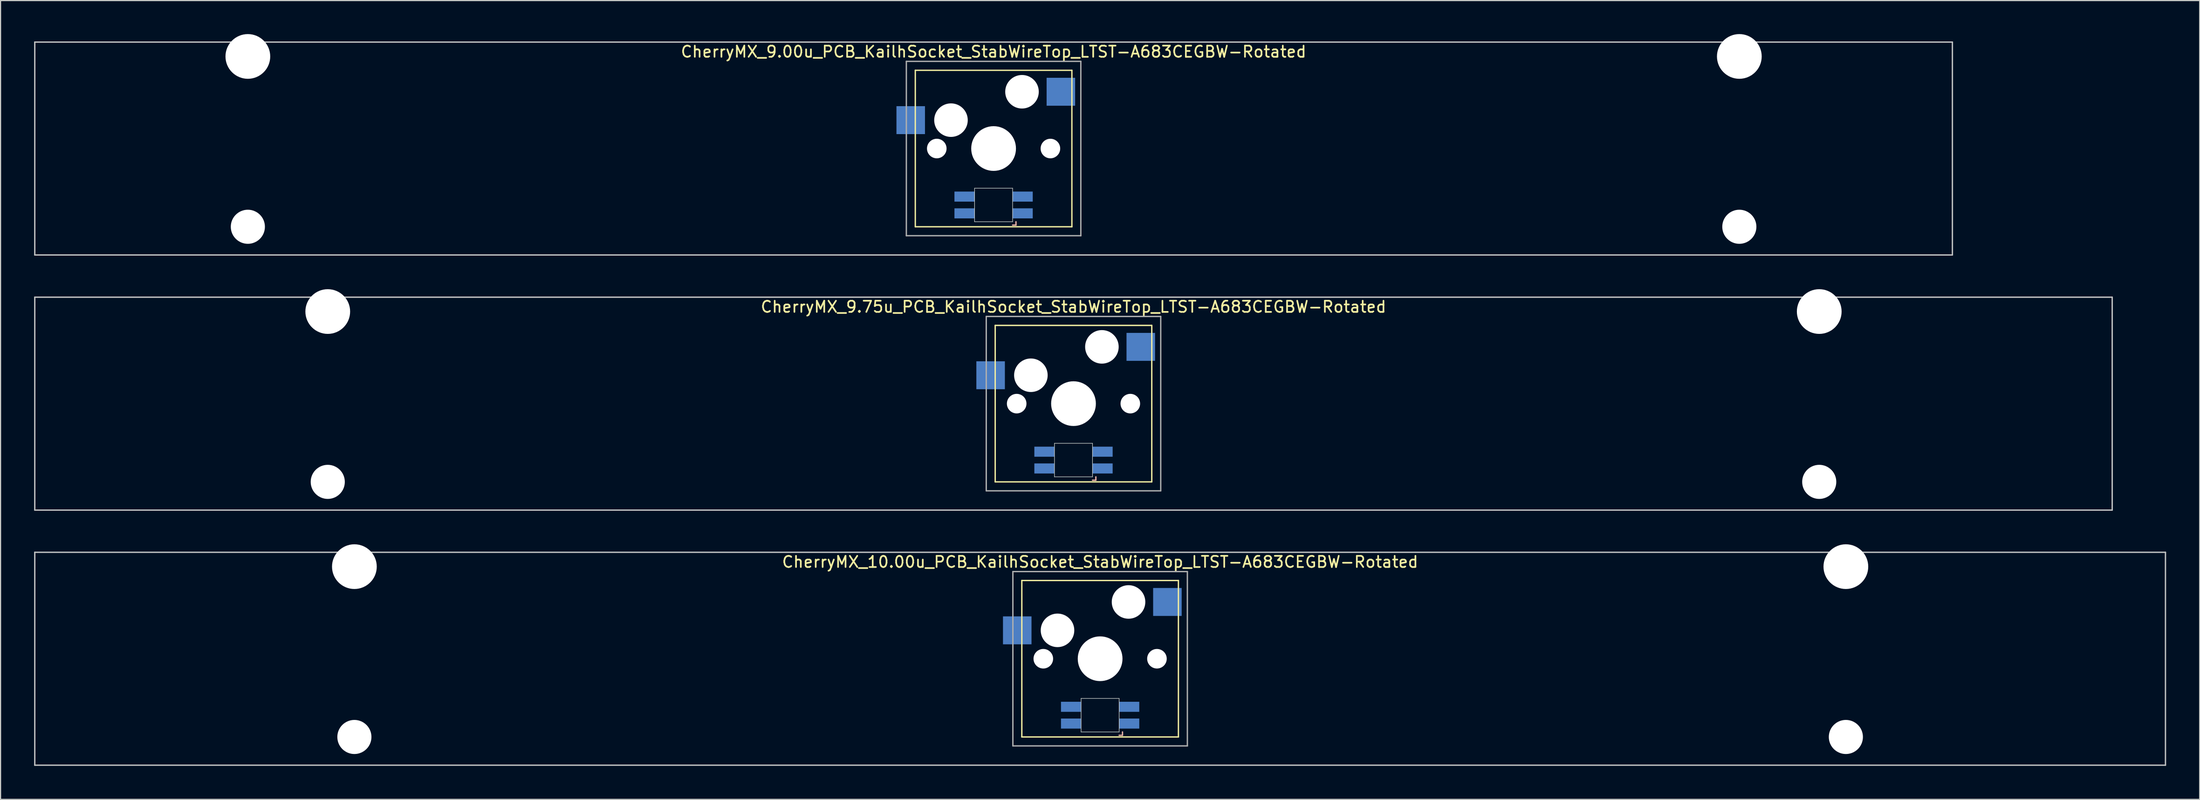
<source format=kicad_pcb>
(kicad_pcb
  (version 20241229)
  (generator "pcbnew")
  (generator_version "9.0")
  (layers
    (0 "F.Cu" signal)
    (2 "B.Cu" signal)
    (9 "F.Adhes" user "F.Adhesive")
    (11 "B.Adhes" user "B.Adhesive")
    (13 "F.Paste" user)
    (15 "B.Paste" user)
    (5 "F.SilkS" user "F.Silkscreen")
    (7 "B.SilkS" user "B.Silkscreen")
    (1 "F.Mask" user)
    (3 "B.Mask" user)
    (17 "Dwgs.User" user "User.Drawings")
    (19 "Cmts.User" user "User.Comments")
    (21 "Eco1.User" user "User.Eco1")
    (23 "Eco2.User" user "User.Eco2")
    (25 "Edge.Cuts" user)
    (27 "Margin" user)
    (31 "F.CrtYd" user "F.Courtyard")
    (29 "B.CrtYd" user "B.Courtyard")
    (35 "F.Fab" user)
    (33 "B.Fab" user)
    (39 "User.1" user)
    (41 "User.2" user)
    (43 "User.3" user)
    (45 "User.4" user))
  (footprint "CherryMX_10.00u_PCB_KailhSocket_StabWireTop_LTST-A683CEGBW-Rotated"
    (layer "F.Cu")
    (at 95.31 55.89)
    (property "Reference" "CherryMX_10.00u_PCB_KailhSocket_StabWireTop_LTST-A683CEGBW-Rotated" (at 0 -8.662 0) (layer "F.SilkS") (effects (font (size 1 1) (thickness 0.15))))
    (attr through_hole)
    (fp_line (start -7 -7) (end -7 7) (stroke (width 0.12) (type solid)) (layer "F.SilkS"))
    (fp_line (start -7 -7) (end 7 -7) (stroke (width 0.12) (type solid)) (layer "F.SilkS"))
    (fp_line (start 7 -7) (end 7 7) (stroke (width 0.12) (type solid)) (layer "F.SilkS"))
    (fp_line (start 7 7) (end -7 7) (stroke (width 0.12) (type solid)) (layer "F.SilkS"))
    (fp_line (start 1.7 6.85) (end 2 6.85) (stroke (width 0.12) (type solid)) (layer "B.SilkS"))
    (fp_line (start 2 6.85) (end 2 6.55) (stroke (width 0.12) (type solid)) (layer "B.SilkS"))
    (fp_line (start -95.25 -9.525) (end 95.25 -9.525) (stroke (width 0.12) (type solid)) (layer "Dwgs.User"))
    (fp_line (start -95.25 9.525) (end -95.25 -9.525) (stroke (width 0.12) (type solid)) (layer "Dwgs.User"))
    (fp_line (start 95.25 -9.525) (end 95.25 9.525) (stroke (width 0.12) (type solid)) (layer "Dwgs.User"))
    (fp_line (start 95.25 9.525) (end -95.25 9.525) (stroke (width 0.12) (type solid)) (layer "Dwgs.User"))
    (fp_line (start -1.7 3.55) (end 1.7 3.55) (stroke (width 0.05) (type solid)) (layer "Edge.Cuts"))
    (fp_line (start -1.7 6.55) (end -1.7 3.55) (stroke (width 0.05) (type solid)) (layer "Edge.Cuts"))
    (fp_line (start 1.7 3.55) (end 1.7 6.55) (stroke (width 0.05) (type solid)) (layer "Edge.Cuts"))
    (fp_line (start 1.7 6.55) (end -1.7 6.55) (stroke (width 0.05) (type solid)) (layer "Edge.Cuts"))
    (fp_line (start -7.8 -7.8) (end -7.8 7.8) (stroke (width 0.12) (type solid)) (layer "F.Fab"))
    (fp_line (start -7.8 -7.8) (end 7.8 -7.8) (stroke (width 0.12) (type solid)) (layer "F.Fab"))
    (fp_line (start -7.8 7.8) (end 7.8 7.8) (stroke (width 0.12) (type solid)) (layer "F.Fab"))
    (fp_line (start 7.8 -7.8) (end 7.8 7.8) (stroke (width 0.12) (type solid)) (layer "F.Fab"))
    (pad "" np_thru_hole circle (at -66.675 -8.24) (size 4 4) (drill 4) (layers "*.Cu" "*.Mask"))
    (pad "" np_thru_hole circle (at -66.675 7) (size 3.05 3.05) (drill 3.05) (layers "*.Cu" "*.Mask"))
    (pad "" np_thru_hole circle (at -5.08 0) (size 1.75 1.75) (drill 1.75) (layers "*.Cu" "*.Mask"))
    (pad "" np_thru_hole circle (at -3.81 -2.54) (size 3 3) (drill 3) (layers "*.Cu" "*.Mask"))
    (pad "" np_thru_hole circle (at 0 0) (size 4 4) (drill 4) (layers "*.Cu" "*.Mask"))
    (pad "" np_thru_hole circle (at 2.54 -5.08) (size 3 3) (drill 3) (layers "*.Cu" "*.Mask"))
    (pad "" np_thru_hole circle (at 5.08 0) (size 1.75 1.75) (drill 1.75) (layers "*.Cu" "*.Mask"))
    (pad "" np_thru_hole circle (at 66.675 -8.24) (size 4 4) (drill 4) (layers "*.Cu" "*.Mask"))
    (pad "" np_thru_hole circle (at 66.675 7) (size 3.05 3.05) (drill 3.05) (layers "*.Cu" "*.Mask"))
    (pad "1" smd rect (at -7.41 -2.54) (size 2.55 2.5) (layers "B.Cu" "B.Mask" "B.Paste"))
    (pad "2" smd rect (at 6.015 -5.08) (size 2.55 2.5) (layers "B.Cu" "B.Mask" "B.Paste"))
    (pad "3" smd rect (at 2.6 5.8) (size 1.8 0.9) (layers "B.Cu" "B.Mask" "B.Paste"))
    (pad "4" smd rect (at 2.6 4.3) (size 1.8 0.9) (layers "B.Cu" "B.Mask" "B.Paste"))
    (pad "5" smd rect (at -2.6 5.8) (size 1.8 0.9) (layers "B.Cu" "B.Mask" "B.Paste"))
    (pad "6" smd rect (at -2.6 4.3) (size 1.8 0.9) (layers "B.Cu" "B.Mask" "B.Paste")))
  (footprint "CherryMX_9.00u_PCB_KailhSocket_StabWireTop_LTST-A683CEGBW-Rotated"
    (layer "F.Cu")
    (at 85.785 10.24)
    (property "Reference" "CherryMX_9.00u_PCB_KailhSocket_StabWireTop_LTST-A683CEGBW-Rotated" (at 0 -8.662 0) (layer "F.SilkS") (effects (font (size 1 1) (thickness 0.15))))
    (attr through_hole)
    (fp_line (start -7 -7) (end -7 7) (stroke (width 0.12) (type solid)) (layer "F.SilkS"))
    (fp_line (start -7 -7) (end 7 -7) (stroke (width 0.12) (type solid)) (layer "F.SilkS"))
    (fp_line (start 7 -7) (end 7 7) (stroke (width 0.12) (type solid)) (layer "F.SilkS"))
    (fp_line (start 7 7) (end -7 7) (stroke (width 0.12) (type solid)) (layer "F.SilkS"))
    (fp_line (start 1.7 6.85) (end 2 6.85) (stroke (width 0.12) (type solid)) (layer "B.SilkS"))
    (fp_line (start 2 6.85) (end 2 6.55) (stroke (width 0.12) (type solid)) (layer "B.SilkS"))
    (fp_line (start -85.725 -9.525) (end 85.725 -9.525) (stroke (width 0.12) (type solid)) (layer "Dwgs.User"))
    (fp_line (start -85.725 9.525) (end -85.725 -9.525) (stroke (width 0.12) (type solid)) (layer "Dwgs.User"))
    (fp_line (start 85.725 -9.525) (end 85.725 9.525) (stroke (width 0.12) (type solid)) (layer "Dwgs.User"))
    (fp_line (start 85.725 9.525) (end -85.725 9.525) (stroke (width 0.12) (type solid)) (layer "Dwgs.User"))
    (fp_line (start -1.7 3.55) (end 1.7 3.55) (stroke (width 0.05) (type solid)) (layer "Edge.Cuts"))
    (fp_line (start -1.7 6.55) (end -1.7 3.55) (stroke (width 0.05) (type solid)) (layer "Edge.Cuts"))
    (fp_line (start 1.7 3.55) (end 1.7 6.55) (stroke (width 0.05) (type solid)) (layer "Edge.Cuts"))
    (fp_line (start 1.7 6.55) (end -1.7 6.55) (stroke (width 0.05) (type solid)) (layer "Edge.Cuts"))
    (fp_line (start -7.8 -7.8) (end -7.8 7.8) (stroke (width 0.12) (type solid)) (layer "F.Fab"))
    (fp_line (start -7.8 -7.8) (end 7.8 -7.8) (stroke (width 0.12) (type solid)) (layer "F.Fab"))
    (fp_line (start -7.8 7.8) (end 7.8 7.8) (stroke (width 0.12) (type solid)) (layer "F.Fab"))
    (fp_line (start 7.8 -7.8) (end 7.8 7.8) (stroke (width 0.12) (type solid)) (layer "F.Fab"))
    (pad "" np_thru_hole circle (at -66.675 -8.24) (size 4 4) (drill 4) (layers "*.Cu" "*.Mask"))
    (pad "" np_thru_hole circle (at -66.675 7) (size 3.05 3.05) (drill 3.05) (layers "*.Cu" "*.Mask"))
    (pad "" np_thru_hole circle (at -5.08 0) (size 1.75 1.75) (drill 1.75) (layers "*.Cu" "*.Mask"))
    (pad "" np_thru_hole circle (at -3.81 -2.54) (size 3 3) (drill 3) (layers "*.Cu" "*.Mask"))
    (pad "" np_thru_hole circle (at 0 0) (size 4 4) (drill 4) (layers "*.Cu" "*.Mask"))
    (pad "" np_thru_hole circle (at 2.54 -5.08) (size 3 3) (drill 3) (layers "*.Cu" "*.Mask"))
    (pad "" np_thru_hole circle (at 5.08 0) (size 1.75 1.75) (drill 1.75) (layers "*.Cu" "*.Mask"))
    (pad "" np_thru_hole circle (at 66.675 -8.24) (size 4 4) (drill 4) (layers "*.Cu" "*.Mask"))
    (pad "" np_thru_hole circle (at 66.675 7) (size 3.05 3.05) (drill 3.05) (layers "*.Cu" "*.Mask"))
    (pad "1" smd rect (at -7.41 -2.54) (size 2.55 2.5) (layers "B.Cu" "B.Mask" "B.Paste"))
    (pad "2" smd rect (at 6.015 -5.08) (size 2.55 2.5) (layers "B.Cu" "B.Mask" "B.Paste"))
    (pad "3" smd rect (at 2.6 5.8) (size 1.8 0.9) (layers "B.Cu" "B.Mask" "B.Paste"))
    (pad "4" smd rect (at 2.6 4.3) (size 1.8 0.9) (layers "B.Cu" "B.Mask" "B.Paste"))
    (pad "5" smd rect (at -2.6 5.8) (size 1.8 0.9) (layers "B.Cu" "B.Mask" "B.Paste"))
    (pad "6" smd rect (at -2.6 4.3) (size 1.8 0.9) (layers "B.Cu" "B.Mask" "B.Paste")))
  (footprint "CherryMX_9.75u_PCB_KailhSocket_StabWireTop_LTST-A683CEGBW-Rotated"
    (layer "F.Cu")
    (at 92.929 33.065)
    (property "Reference" "CherryMX_9.75u_PCB_KailhSocket_StabWireTop_LTST-A683CEGBW-Rotated" (at 0 -8.662 0) (layer "F.SilkS") (effects (font (size 1 1) (thickness 0.15))))
    (attr through_hole)
    (fp_line (start -7 -7) (end -7 7) (stroke (width 0.12) (type solid)) (layer "F.SilkS"))
    (fp_line (start -7 -7) (end 7 -7) (stroke (width 0.12) (type solid)) (layer "F.SilkS"))
    (fp_line (start 7 -7) (end 7 7) (stroke (width 0.12) (type solid)) (layer "F.SilkS"))
    (fp_line (start 7 7) (end -7 7) (stroke (width 0.12) (type solid)) (layer "F.SilkS"))
    (fp_line (start 1.7 6.85) (end 2 6.85) (stroke (width 0.12) (type solid)) (layer "B.SilkS"))
    (fp_line (start 2 6.85) (end 2 6.55) (stroke (width 0.12) (type solid)) (layer "B.SilkS"))
    (fp_line (start -92.869 -9.525) (end 92.869 -9.525) (stroke (width 0.12) (type solid)) (layer "Dwgs.User"))
    (fp_line (start -92.869 9.525) (end -92.869 -9.525) (stroke (width 0.12) (type solid)) (layer "Dwgs.User"))
    (fp_line (start 92.869 -9.525) (end 92.869 9.525) (stroke (width 0.12) (type solid)) (layer "Dwgs.User"))
    (fp_line (start 92.869 9.525) (end -92.869 9.525) (stroke (width 0.12) (type solid)) (layer "Dwgs.User"))
    (fp_line (start -1.7 3.55) (end 1.7 3.55) (stroke (width 0.05) (type solid)) (layer "Edge.Cuts"))
    (fp_line (start -1.7 6.55) (end -1.7 3.55) (stroke (width 0.05) (type solid)) (layer "Edge.Cuts"))
    (fp_line (start 1.7 3.55) (end 1.7 6.55) (stroke (width 0.05) (type solid)) (layer "Edge.Cuts"))
    (fp_line (start 1.7 6.55) (end -1.7 6.55) (stroke (width 0.05) (type solid)) (layer "Edge.Cuts"))
    (fp_line (start -7.8 -7.8) (end -7.8 7.8) (stroke (width 0.12) (type solid)) (layer "F.Fab"))
    (fp_line (start -7.8 -7.8) (end 7.8 -7.8) (stroke (width 0.12) (type solid)) (layer "F.Fab"))
    (fp_line (start -7.8 7.8) (end 7.8 7.8) (stroke (width 0.12) (type solid)) (layer "F.Fab"))
    (fp_line (start 7.8 -7.8) (end 7.8 7.8) (stroke (width 0.12) (type solid)) (layer "F.Fab"))
    (pad "" np_thru_hole circle (at -66.675 -8.24) (size 4 4) (drill 4) (layers "*.Cu" "*.Mask"))
    (pad "" np_thru_hole circle (at -66.675 7) (size 3.05 3.05) (drill 3.05) (layers "*.Cu" "*.Mask"))
    (pad "" np_thru_hole circle (at -5.08 0) (size 1.75 1.75) (drill 1.75) (layers "*.Cu" "*.Mask"))
    (pad "" np_thru_hole circle (at -3.81 -2.54) (size 3 3) (drill 3) (layers "*.Cu" "*.Mask"))
    (pad "" np_thru_hole circle (at 0 0) (size 4 4) (drill 4) (layers "*.Cu" "*.Mask"))
    (pad "" np_thru_hole circle (at 2.54 -5.08) (size 3 3) (drill 3) (layers "*.Cu" "*.Mask"))
    (pad "" np_thru_hole circle (at 5.08 0) (size 1.75 1.75) (drill 1.75) (layers "*.Cu" "*.Mask"))
    (pad "" np_thru_hole circle (at 66.675 -8.24) (size 4 4) (drill 4) (layers "*.Cu" "*.Mask"))
    (pad "" np_thru_hole circle (at 66.675 7) (size 3.05 3.05) (drill 3.05) (layers "*.Cu" "*.Mask"))
    (pad "1" smd rect (at -7.41 -2.54) (size 2.55 2.5) (layers "B.Cu" "B.Mask" "B.Paste"))
    (pad "2" smd rect (at 6.015 -5.08) (size 2.55 2.5) (layers "B.Cu" "B.Mask" "B.Paste"))
    (pad "3" smd rect (at 2.6 5.8) (size 1.8 0.9) (layers "B.Cu" "B.Mask" "B.Paste"))
    (pad "4" smd rect (at 2.6 4.3) (size 1.8 0.9) (layers "B.Cu" "B.Mask" "B.Paste"))
    (pad "5" smd rect (at -2.6 5.8) (size 1.8 0.9) (layers "B.Cu" "B.Mask" "B.Paste"))
    (pad "6" smd rect (at -2.6 4.3) (size 1.8 0.9) (layers "B.Cu" "B.Mask" "B.Paste")))
  (gr_rect
    (start -3 -3)
    (end 193.62 68.475)
    (stroke (width 0.1) (type default))
    (fill no)
    (layer "Edge.Cuts")))
</source>
